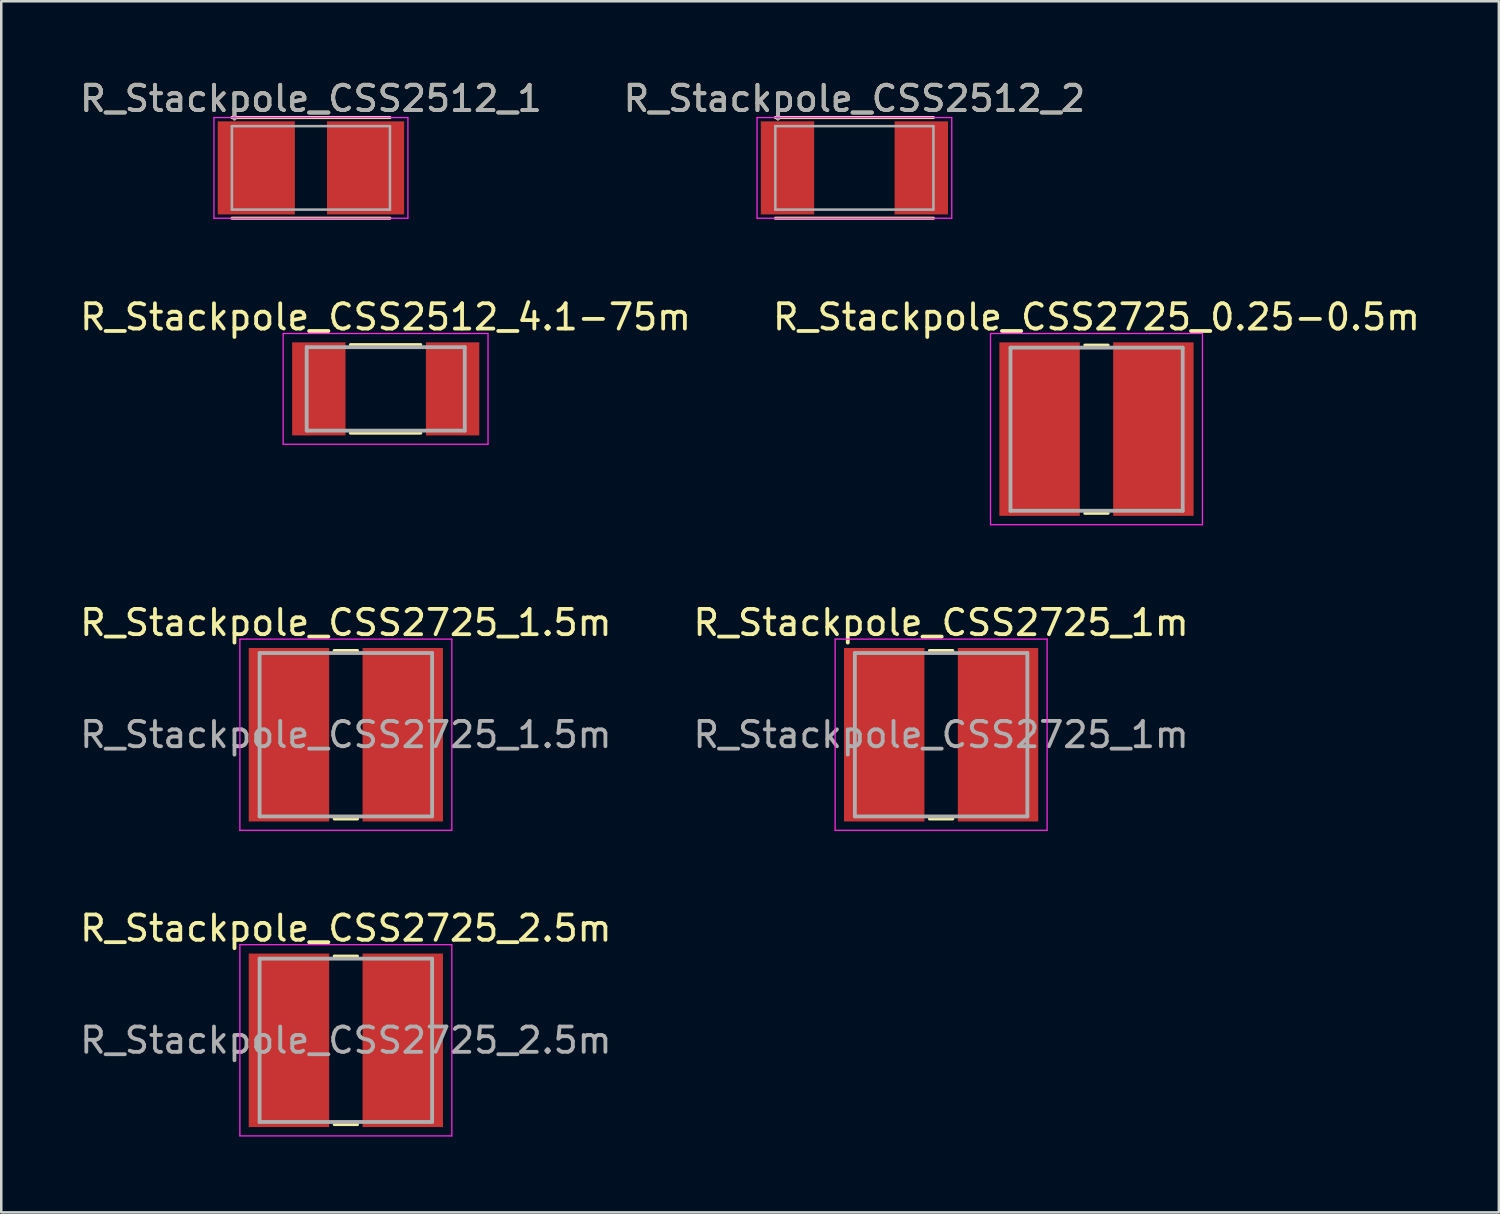
<source format=kicad_pcb>
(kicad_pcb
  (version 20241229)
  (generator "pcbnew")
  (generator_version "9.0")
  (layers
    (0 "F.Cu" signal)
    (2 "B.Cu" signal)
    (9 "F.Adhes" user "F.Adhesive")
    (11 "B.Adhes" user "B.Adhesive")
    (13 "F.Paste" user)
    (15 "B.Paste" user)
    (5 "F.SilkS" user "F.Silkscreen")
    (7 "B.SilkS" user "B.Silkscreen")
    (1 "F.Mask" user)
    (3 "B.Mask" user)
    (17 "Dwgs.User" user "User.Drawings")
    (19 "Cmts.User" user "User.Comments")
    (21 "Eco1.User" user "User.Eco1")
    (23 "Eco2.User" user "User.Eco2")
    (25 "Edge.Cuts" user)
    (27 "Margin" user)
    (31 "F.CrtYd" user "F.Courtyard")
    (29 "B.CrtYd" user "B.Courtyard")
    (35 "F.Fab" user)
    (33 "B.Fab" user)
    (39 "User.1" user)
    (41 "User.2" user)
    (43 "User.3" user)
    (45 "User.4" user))
  (footprint "R_Stackpole_CSS2512_1"
    (layer "F.Cu")
    (at 9.244 3.588)
    (property "Reference" "R_Stackpole_CSS2512_1" (at 0 -2.74 0) (layer "F.SilkS") (effects (font (size 1 1) (thickness 0.15))))
    (attr smd)
    (fp_line (start 3.125 -1.99) (end -3.125 -1.99) (stroke (width 0.12) (type solid)) (layer "F.SilkS"))
    (fp_line (start 3.125 1.99) (end -3.125 1.99) (stroke (width 0.12) (type solid)) (layer "F.SilkS"))
    (fp_line (start -3.835 -1.99) (end -3.835 1.99) (stroke (width 0.05) (type solid)) (layer "F.CrtYd"))
    (fp_line (start -3.835 1.99) (end 3.835 1.99) (stroke (width 0.05) (type solid)) (layer "F.CrtYd"))
    (fp_line (start 3.835 -1.99) (end -3.835 -1.99) (stroke (width 0.05) (type solid)) (layer "F.CrtYd"))
    (fp_line (start 3.835 1.99) (end 3.835 -1.99) (stroke (width 0.05) (type solid)) (layer "F.CrtYd"))
    (fp_line (start -3.125 -1.65) (end -3.125 1.65) (stroke (width 0.1) (type solid)) (layer "F.Fab"))
    (fp_line (start -3.125 1.65) (end 3.125 1.65) (stroke (width 0.1) (type solid)) (layer "F.Fab"))
    (fp_line (start 3.125 -1.65) (end -3.125 -1.65) (stroke (width 0.1) (type solid)) (layer "F.Fab"))
    (fp_line (start 3.125 1.65) (end 3.125 -1.65) (stroke (width 0.1) (type solid)) (layer "F.Fab"))
    (fp_text user "${REFERENCE}" (at 0 -2.74 0) (layer "F.Fab") (effects (font (size 1 1) (thickness 0.15))))
    (pad "1" smd rect (at -2.16 0) (size 3.05 3.68) (layers "F.Cu" "F.Mask" "F.Paste"))
    (pad "2" smd rect (at 2.16 0) (size 3.05 3.68) (layers "F.Cu" "F.Mask" "F.Paste")))
  (footprint "R_Stackpole_CSS2725_0.25-0.5m"
    (layer "F.Cu")
    (at 40.304 13.916)
    (property "Reference" "R_Stackpole_CSS2725_0.25-0.5m" (at 0 -4.43 0) (layer "F.SilkS") (effects (font (size 1 1) (thickness 0.15))))
    (attr smd)
    (fp_line (start -0.46 -3.32) (end 0.46 -3.32) (stroke (width 0.12) (type solid)) (layer "F.SilkS"))
    (fp_line (start -0.46 3.33) (end 0.46 3.33) (stroke (width 0.12) (type solid)) (layer "F.SilkS"))
    (fp_line (start -4.19 -3.78) (end -4.19 3.78) (stroke (width 0.05) (type solid)) (layer "F.CrtYd"))
    (fp_line (start -4.19 3.78) (end 4.19 3.78) (stroke (width 0.05) (type solid)) (layer "F.CrtYd"))
    (fp_line (start 4.19 -3.78) (end -4.19 -3.78) (stroke (width 0.05) (type solid)) (layer "F.CrtYd"))
    (fp_line (start 4.19 3.78) (end 4.19 -3.78) (stroke (width 0.05) (type solid)) (layer "F.CrtYd"))
    (fp_line (start -3.4 -3.22) (end -3.4 3.23) (stroke (width 0.15) (type solid)) (layer "F.Fab"))
    (fp_line (start -3.4 3.23) (end 3.41 3.23) (stroke (width 0.15) (type solid)) (layer "F.Fab"))
    (fp_line (start 3.41 -3.22) (end -3.4 -3.22) (stroke (width 0.15) (type solid)) (layer "F.Fab"))
    (fp_line (start 3.41 3.23) (end 3.41 -3.22) (stroke (width 0.15) (type solid)) (layer "F.Fab"))
    (pad "1" smd rect (at -2.25 0) (size 3.18 6.86) (layers "F.Cu" "F.Mask" "F.Paste"))
    (pad "2" smd rect (at 2.25 0) (size 3.18 6.86) (layers "F.Cu" "F.Mask" "F.Paste")))
  (footprint "R_Stackpole_CSS2725_1m"
    (layer "F.Cu")
    (at 34.161 26)
    (property "Reference" "R_Stackpole_CSS2725_1m" (at 0 -4.43 0) (layer "F.SilkS") (effects (font (size 1 1) (thickness 0.15))))
    (attr smd)
    (fp_line (start -0.46 -3.33) (end 0.46 -3.33) (stroke (width 0.12) (type solid)) (layer "F.SilkS"))
    (fp_line (start -0.46 3.33) (end 0.46 3.33) (stroke (width 0.12) (type solid)) (layer "F.SilkS"))
    (fp_line (start -4.19 -3.78) (end -4.19 3.78) (stroke (width 0.05) (type solid)) (layer "F.CrtYd"))
    (fp_line (start -4.19 3.78) (end 4.19 3.78) (stroke (width 0.05) (type solid)) (layer "F.CrtYd"))
    (fp_line (start 4.19 -3.78) (end -4.19 -3.78) (stroke (width 0.05) (type solid)) (layer "F.CrtYd"))
    (fp_line (start 4.19 3.78) (end 4.19 -3.78) (stroke (width 0.05) (type solid)) (layer "F.CrtYd"))
    (fp_line (start -3.41 -3.23) (end -3.41 3.23) (stroke (width 0.15) (type solid)) (layer "F.Fab"))
    (fp_line (start -3.41 3.23) (end 3.41 3.23) (stroke (width 0.15) (type solid)) (layer "F.Fab"))
    (fp_line (start 3.41 -3.23) (end -3.41 -3.23) (stroke (width 0.15) (type solid)) (layer "F.Fab"))
    (fp_line (start 3.41 3.23) (end 3.41 -3.23) (stroke (width 0.15) (type solid)) (layer "F.Fab"))
    (fp_text user "${REFERENCE}" (at 0 0 0) (layer "F.Fab") (effects (font (size 1 1) (thickness 0.15))))
    (pad "1" smd rect (at -2.25 0) (size 3.18 6.86) (layers "F.Cu" "F.Mask" "F.Paste"))
    (pad "2" smd rect (at 2.25 0) (size 3.18 6.86) (layers "F.Cu" "F.Mask" "F.Paste")))
  (footprint "R_Stackpole_CSS2512_2"
    (layer "F.Cu")
    (at 30.732 3.588)
    (property "Reference" "R_Stackpole_CSS2512_2" (at 0 -2.74 0) (layer "F.SilkS") (effects (font (size 1 1) (thickness 0.15))))
    (attr smd)
    (fp_line (start 3.125 -1.99) (end -3.125 -1.99) (stroke (width 0.12) (type solid)) (layer "F.SilkS"))
    (fp_line (start 3.125 1.99) (end -3.125 1.99) (stroke (width 0.12) (type solid)) (layer "F.SilkS"))
    (fp_line (start -3.85 -1.99) (end -3.85 1.99) (stroke (width 0.05) (type solid)) (layer "F.CrtYd"))
    (fp_line (start -3.85 1.99) (end 3.85 1.99) (stroke (width 0.05) (type solid)) (layer "F.CrtYd"))
    (fp_line (start 3.85 -1.99) (end -3.85 -1.99) (stroke (width 0.05) (type solid)) (layer "F.CrtYd"))
    (fp_line (start 3.85 1.99) (end 3.85 -1.99) (stroke (width 0.05) (type solid)) (layer "F.CrtYd"))
    (fp_line (start -3.125 -1.65) (end -3.125 1.65) (stroke (width 0.1) (type solid)) (layer "F.Fab"))
    (fp_line (start -3.125 1.65) (end 3.125 1.65) (stroke (width 0.1) (type solid)) (layer "F.Fab"))
    (fp_line (start 3.125 -1.65) (end -3.125 -1.65) (stroke (width 0.1) (type solid)) (layer "F.Fab"))
    (fp_line (start 3.125 1.65) (end 3.125 -1.65) (stroke (width 0.1) (type solid)) (layer "F.Fab"))
    (fp_text user "${REFERENCE}" (at 0 -2.74 0) (layer "F.Fab") (effects (font (size 1 1) (thickness 0.15))))
    (pad "1" smd rect (at -2.645 0) (size 2.11 3.68) (layers "F.Cu" "F.Mask" "F.Paste"))
    (pad "2" smd rect (at 2.645 0) (size 2.11 3.68) (layers "F.Cu" "F.Mask" "F.Paste")))
  (footprint "R_Stackpole_CSS2512_4.1-75m"
    (layer "F.Cu")
    (at 12.196 12.326)
    (property "Reference" "R_Stackpole_CSS2512_4.1-75m" (at 0 -2.84 0) (layer "F.SilkS") (effects (font (size 1 1) (thickness 0.15))))
    (attr smd)
    (fp_line (start -1.39 -1.75) (end 1.39 -1.75) (stroke (width 0.12) (type solid)) (layer "F.SilkS"))
    (fp_line (start -1.39 1.75) (end 1.39 1.75) (stroke (width 0.12) (type solid)) (layer "F.SilkS"))
    (fp_line (start -4.05 -2.19) (end -4.05 2.19) (stroke (width 0.05) (type solid)) (layer "F.CrtYd"))
    (fp_line (start -4.05 2.19) (end 4.05 2.19) (stroke (width 0.05) (type solid)) (layer "F.CrtYd"))
    (fp_line (start 4.05 -2.19) (end -4.05 -2.19) (stroke (width 0.05) (type solid)) (layer "F.CrtYd"))
    (fp_line (start 4.05 2.19) (end 4.05 -2.19) (stroke (width 0.05) (type solid)) (layer "F.CrtYd"))
    (fp_line (start -3.12 -1.65) (end -3.12 1.65) (stroke (width 0.15) (type solid)) (layer "F.Fab"))
    (fp_line (start -3.12 1.65) (end 3.13 1.65) (stroke (width 0.15) (type solid)) (layer "F.Fab"))
    (fp_line (start 3.13 -1.65) (end -3.12 -1.65) (stroke (width 0.15) (type solid)) (layer "F.Fab"))
    (fp_line (start 3.13 1.65) (end 3.13 -1.65) (stroke (width 0.15) (type solid)) (layer "F.Fab"))
    (pad "1" smd rect (at -2.64 0) (size 2.11 3.68) (layers "F.Cu" "F.Mask" "F.Paste"))
    (pad "2" smd rect (at 2.65 0) (size 2.11 3.68) (layers "F.Cu" "F.Mask" "F.Paste")))
  (footprint "R_Stackpole_CSS2725_1.5m"
    (layer "F.Cu")
    (at 10.625 26)
    (property "Reference" "R_Stackpole_CSS2725_1.5m" (at 0 -4.43 0) (layer "F.SilkS") (effects (font (size 1 1) (thickness 0.15))))
    (attr smd)
    (fp_line (start -0.46 -3.33) (end 0.46 -3.33) (stroke (width 0.12) (type solid)) (layer "F.SilkS"))
    (fp_line (start -0.46 3.33) (end 0.46 3.33) (stroke (width 0.12) (type solid)) (layer "F.SilkS"))
    (fp_line (start -4.19 -3.78) (end -4.19 3.78) (stroke (width 0.05) (type solid)) (layer "F.CrtYd"))
    (fp_line (start -4.19 3.78) (end 4.19 3.78) (stroke (width 0.05) (type solid)) (layer "F.CrtYd"))
    (fp_line (start 4.19 -3.78) (end -4.19 -3.78) (stroke (width 0.05) (type solid)) (layer "F.CrtYd"))
    (fp_line (start 4.19 3.78) (end 4.19 -3.78) (stroke (width 0.05) (type solid)) (layer "F.CrtYd"))
    (fp_line (start -3.41 -3.23) (end -3.41 3.23) (stroke (width 0.15) (type solid)) (layer "F.Fab"))
    (fp_line (start -3.41 3.23) (end 3.41 3.23) (stroke (width 0.15) (type solid)) (layer "F.Fab"))
    (fp_line (start 3.41 -3.23) (end -3.41 -3.23) (stroke (width 0.15) (type solid)) (layer "F.Fab"))
    (fp_line (start 3.41 3.23) (end 3.41 -3.23) (stroke (width 0.15) (type solid)) (layer "F.Fab"))
    (fp_text user "${REFERENCE}" (at 0 0 0) (layer "F.Fab") (effects (font (size 1 1) (thickness 0.15))))
    (pad "1" smd rect (at -2.25 0) (size 3.18 6.86) (layers "F.Cu" "F.Mask" "F.Paste"))
    (pad "2" smd rect (at 2.25 0) (size 3.18 6.86) (layers "F.Cu" "F.Mask" "F.Paste")))
  (footprint "R_Stackpole_CSS2725_2.5m"
    (layer "F.Cu")
    (at 10.625 38.083)
    (property "Reference" "R_Stackpole_CSS2725_2.5m" (at 0 -4.43 0) (layer "F.SilkS") (effects (font (size 1 1) (thickness 0.15))))
    (attr smd)
    (fp_line (start -0.46 -3.33) (end 0.46 -3.33) (stroke (width 0.12) (type solid)) (layer "F.SilkS"))
    (fp_line (start -0.46 3.33) (end 0.46 3.33) (stroke (width 0.12) (type solid)) (layer "F.SilkS"))
    (fp_line (start -4.19 -3.78) (end -4.19 3.78) (stroke (width 0.05) (type solid)) (layer "F.CrtYd"))
    (fp_line (start -4.19 3.78) (end 4.19 3.78) (stroke (width 0.05) (type solid)) (layer "F.CrtYd"))
    (fp_line (start 4.19 -3.78) (end -4.19 -3.78) (stroke (width 0.05) (type solid)) (layer "F.CrtYd"))
    (fp_line (start 4.19 3.78) (end 4.19 -3.78) (stroke (width 0.05) (type solid)) (layer "F.CrtYd"))
    (fp_line (start -3.41 -3.23) (end -3.41 3.23) (stroke (width 0.15) (type solid)) (layer "F.Fab"))
    (fp_line (start -3.41 3.23) (end 3.41 3.23) (stroke (width 0.15) (type solid)) (layer "F.Fab"))
    (fp_line (start 3.41 -3.23) (end -3.41 -3.23) (stroke (width 0.15) (type solid)) (layer "F.Fab"))
    (fp_line (start 3.41 3.23) (end 3.41 -3.23) (stroke (width 0.15) (type solid)) (layer "F.Fab"))
    (fp_text user "${REFERENCE}" (at 0 0 0) (layer "F.Fab") (effects (font (size 1 1) (thickness 0.15))))
    (pad "1" smd rect (at -2.25 0) (size 3.18 6.86) (layers "F.Cu" "F.Mask" "F.Paste"))
    (pad "2" smd rect (at 2.25 0) (size 3.18 6.86) (layers "F.Cu" "F.Mask" "F.Paste")))
  (gr_rect
    (start -3 -3)
    (end 56.214 44.888)
    (stroke (width 0.1) (type default))
    (fill no)
    (layer "Edge.Cuts")))
</source>
